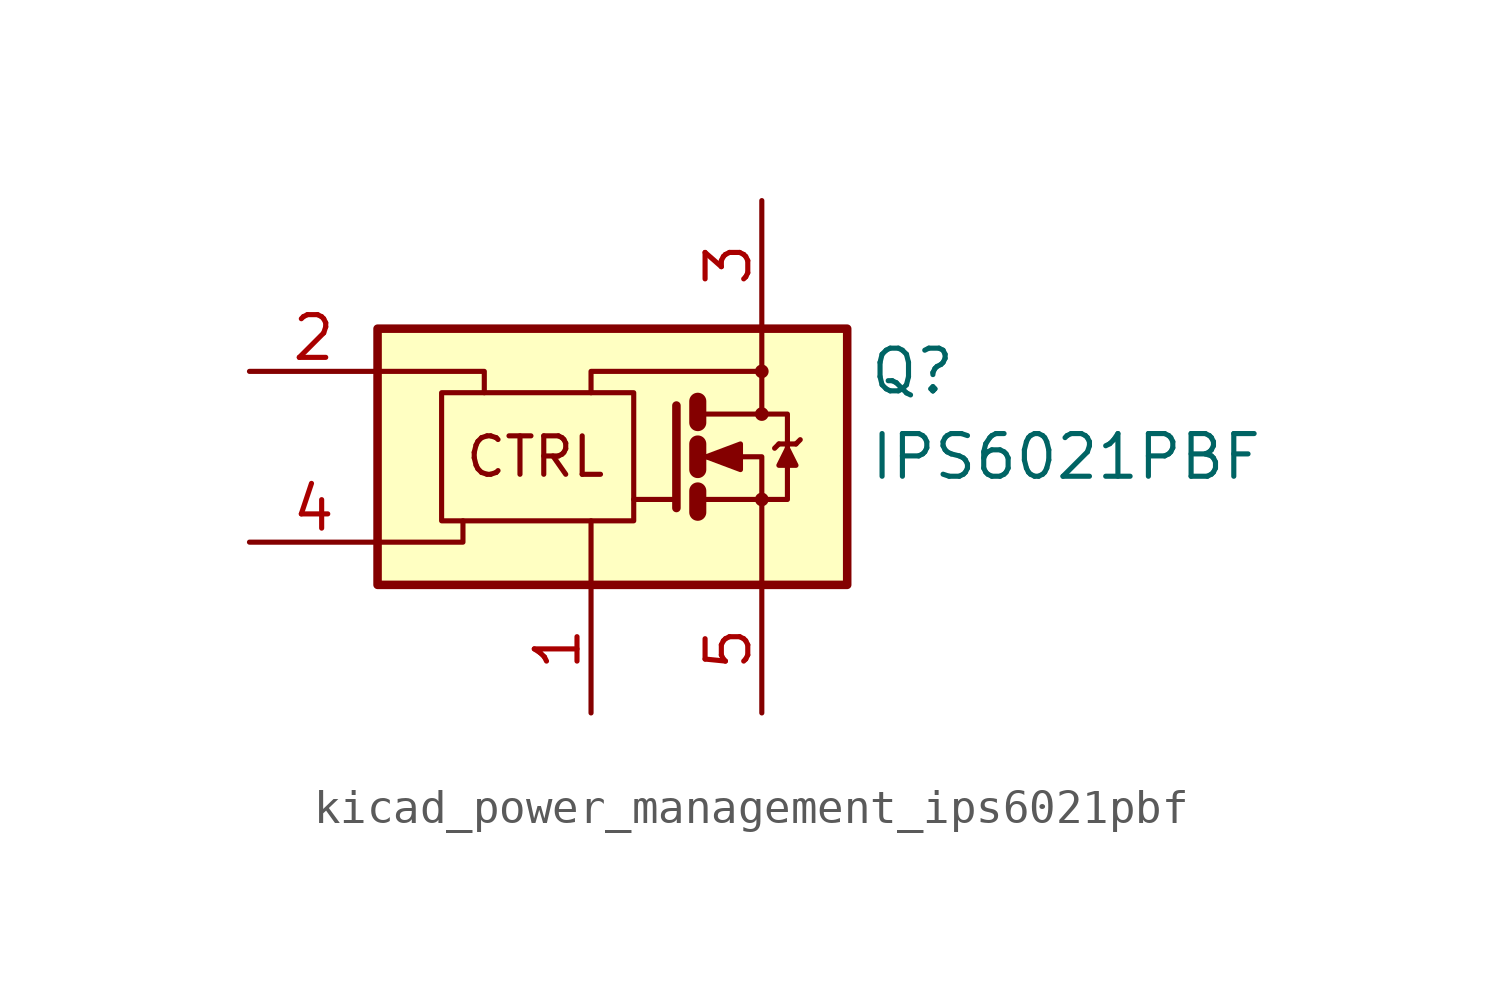
<source format=kicad_sym>
(kicad_symbol_lib
  (version 20220914)
  (generator kicad_symbol_editor)
  (symbol "kicad_power_management_ips6021pbf"
    (pin_names
      (offset 0) hide)
    (property "Reference" "Q"
      (at 8.255 2.54 0)
      (effects (font (size 1.27 1.27)) (justify left)))
    (property "Value" "IPS6021PBF"
      (at 8.255 0 0)
      (effects (font (size 1.27 1.27)) (justify left)))
    (symbol "kicad_power_management_ips6021pbf_0_0"
      (rectangle (start -6.35 3.81) (end 7.62 -3.81) (stroke (width 0.254) (type default)) (fill (type background)))
      (polyline (pts (xy 0 -3.81) (xy 0 -1.905)) (stroke (width 0) (type default)) (fill (type none)))
      (polyline (pts (xy -6.35 -2.54) (xy -3.81 -2.54) (xy -3.81 -1.905)) (stroke (width 0) (type default)) (fill (type none)))
      (polyline (pts (xy -6.35 2.54) (xy -3.175 2.54) (xy -3.175 1.905)) (stroke (width 0) (type default)) (fill (type none)))
      (polyline (pts (xy 0 1.905) (xy 0 2.54) (xy 5.08 2.54)) (stroke (width 0) (type default)) (fill (type none)))
      (circle (center 5.08 2.54) (radius 0.127) (stroke (width 0) (type default)) (fill (type none)))
      (text "CTRL" (at -1.651 0 0) (effects (font (size 1.143 1.143)))))
    (symbol "kicad_power_management_ips6021pbf_0_1"
      (rectangle (start -4.445 1.905) (end 1.27 -1.905) (stroke (width 0) (type default)) (fill (type none)))
      (polyline (pts (xy 2.54 -1.27) (xy 1.27 -1.27)) (stroke (width 0) (type default)) (fill (type none)))
      (polyline (pts (xy 3.175 -1.016) (xy 3.175 -1.651)) (stroke (width 0.508) (type default)) (fill (type none)))
      (polyline (pts (xy 3.175 0.381) (xy 3.175 -0.381)) (stroke (width 0.508) (type default)) (fill (type none)))
      (polyline (pts (xy 3.175 1.651) (xy 3.175 1.016)) (stroke (width 0.508) (type default)) (fill (type none)))
      (polyline (pts (xy 3.302 -1.27) (xy 5.08 -1.27)) (stroke (width 0) (type default)) (fill (type none)))
      (polyline (pts (xy 5.588 0.381) (xy 5.461 0.254)) (stroke (width 0) (type default)) (fill (type none)))
      (polyline (pts (xy 5.588 0.381) (xy 6.096 0.381)) (stroke (width 0) (type default)) (fill (type none)))
      (polyline (pts (xy 6.096 0.381) (xy 6.223 0.508)) (stroke (width 0) (type default)) (fill (type none)))
      (polyline (pts (xy 2.54 1.524) (xy 2.54 -1.524) (xy 2.54 -1.524)) (stroke (width 0.254) (type default)) (fill (type none)))
      (polyline (pts (xy 3.302 0) (xy 5.08 0) (xy 5.08 -3.81)) (stroke (width 0) (type default)) (fill (type none)))
      (polyline (pts (xy 3.302 1.27) (xy 5.08 1.27) (xy 5.08 3.81)) (stroke (width 0) (type default)) (fill (type none)))
      (polyline (pts (xy 5.08 -1.27) (xy 5.842 -1.27) (xy 5.842 1.27) (xy 5.08 1.27)) (stroke (width 0) (type default)) (fill (type none)))
      (polyline (pts (xy 5.842 0.254) (xy 5.588 -0.254) (xy 6.096 -0.254) (xy 5.842 0.254)) (stroke (width 0) (type default)) (fill (type outline)))
      (polyline (pts (xy 3.429 0) (xy 4.445 0.381) (xy 4.445 -0.381) (xy 3.429 0) (xy 3.556 0) (xy 3.556 0)) (stroke (width 0) (type default)) (fill (type outline)))
      (circle (center 5.08 -1.27) (radius 0.127) (stroke (width 0) (type default)) (fill (type none)))
      (circle (center 5.08 1.27) (radius 0.127) (stroke (width 0) (type default)) (fill (type none))))
    (symbol "kicad_power_management_ips6021pbf_1_1"
      (pin power_in line (at 0 -7.62 90) (length 3.81) (name "GND" (effects (font (size 1.27 1.27)))) (number "1" (effects (font (size 1.27 1.27)))))
      (pin input line (at -10.16 2.54 0) (length 3.81) (name "IN" (effects (font (size 1.27 1.27)))) (number "2" (effects (font (size 1.27 1.27)))))
      (pin power_in line (at 5.08 7.62 270) (length 3.81) (name "VCC" (effects (font (size 1.27 1.27)))) (number "3" (effects (font (size 1.27 1.27)))))
      (pin bidirectional line (at -10.16 -2.54 0) (length 3.81) (name "DG" (effects (font (size 1.27 1.27)))) (number "4" (effects (font (size 1.27 1.27)))))
      (pin output line (at 5.08 -7.62 90) (length 3.81) (name "OUT" (effects (font (size 1.27 1.27)))) (number "5" (effects (font (size 1.27 1.27))))))))
</source>
